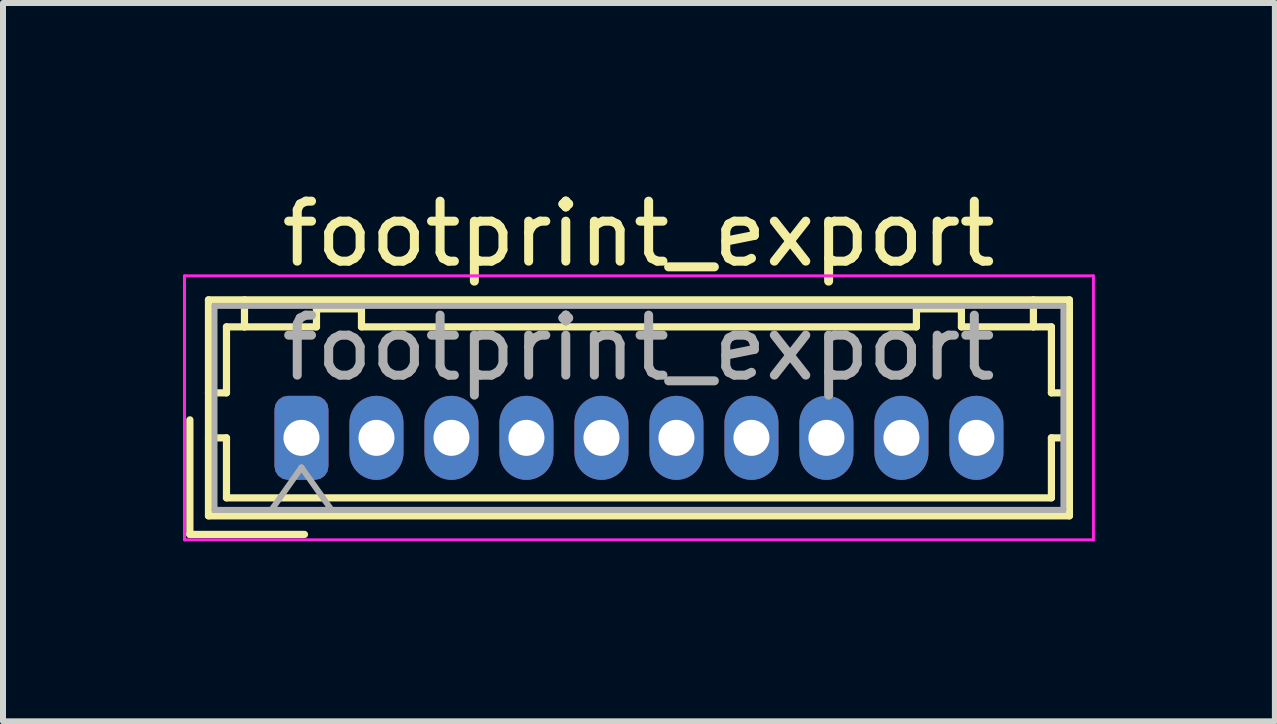
<source format=kicad_pcb>
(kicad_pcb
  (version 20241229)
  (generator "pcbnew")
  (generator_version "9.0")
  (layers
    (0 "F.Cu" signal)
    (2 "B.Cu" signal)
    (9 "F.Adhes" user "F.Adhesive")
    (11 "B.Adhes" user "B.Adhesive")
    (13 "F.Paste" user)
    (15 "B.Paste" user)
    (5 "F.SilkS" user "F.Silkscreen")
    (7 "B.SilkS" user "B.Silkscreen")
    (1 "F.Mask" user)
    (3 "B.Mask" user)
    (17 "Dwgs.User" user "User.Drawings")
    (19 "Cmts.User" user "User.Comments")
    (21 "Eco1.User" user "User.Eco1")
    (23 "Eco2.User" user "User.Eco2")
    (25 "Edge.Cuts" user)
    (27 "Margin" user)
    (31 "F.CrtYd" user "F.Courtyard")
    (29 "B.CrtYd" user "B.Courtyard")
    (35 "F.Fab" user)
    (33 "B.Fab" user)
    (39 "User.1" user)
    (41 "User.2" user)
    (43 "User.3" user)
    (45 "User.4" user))
  (footprint "footprint_export"
    (layer "F.Cu")
    (at 1.975 4.248)
    (property "Reference" "footprint_export" (at 5.62 -3.4 0) (layer "F.SilkS") (effects (font (size 1 1) (thickness 0.15))))
    (attr through_hole)
    (fp_line (start -1.86 -0.3) (end -1.86 1.61) (stroke (width 0.12) (type solid)) (layer "F.SilkS"))
    (fp_line (start -1.86 1.61) (end 0.05 1.61) (stroke (width 0.12) (type solid)) (layer "F.SilkS"))
    (fp_line (start -1.55 -2.3) (end -1.55 1.3) (stroke (width 0.12) (type solid)) (layer "F.SilkS"))
    (fp_line (start -1.55 -0.75) (end -1.25 -0.75) (stroke (width 0.12) (type solid)) (layer "F.SilkS"))
    (fp_line (start -1.55 0) (end -1.25 0) (stroke (width 0.12) (type solid)) (layer "F.SilkS"))
    (fp_line (start -1.55 1.3) (end 12.8 1.3) (stroke (width 0.12) (type solid)) (layer "F.SilkS"))
    (fp_line (start -1.25 -1.85) (end -0.95 -1.85) (stroke (width 0.12) (type solid)) (layer "F.SilkS"))
    (fp_line (start -1.25 -0.75) (end -1.25 -1.85) (stroke (width 0.12) (type solid)) (layer "F.SilkS"))
    (fp_line (start -1.25 0) (end -1.25 1) (stroke (width 0.12) (type solid)) (layer "F.SilkS"))
    (fp_line (start -1.25 1) (end 12.5 1) (stroke (width 0.12) (type solid)) (layer "F.SilkS"))
    (fp_line (start -0.95 -1.85) (end -0.95 -2.3) (stroke (width 0.12) (type solid)) (layer "F.SilkS"))
    (fp_line (start -0.95 -1.85) (end 0.25 -1.85) (stroke (width 0.12) (type solid)) (layer "F.SilkS"))
    (fp_line (start 0.25 -2.15) (end 1 -2.15) (stroke (width 0.12) (type solid)) (layer "F.SilkS"))
    (fp_line (start 0.25 -1.85) (end 0.25 -2.15) (stroke (width 0.12) (type solid)) (layer "F.SilkS"))
    (fp_line (start 1 -2.15) (end 1 -1.85) (stroke (width 0.12) (type solid)) (layer "F.SilkS"))
    (fp_line (start 1 -1.85) (end 10.25 -1.85) (stroke (width 0.12) (type solid)) (layer "F.SilkS"))
    (fp_line (start 10.25 -2.15) (end 11 -2.15) (stroke (width 0.12) (type solid)) (layer "F.SilkS"))
    (fp_line (start 10.25 -1.85) (end 10.25 -2.15) (stroke (width 0.12) (type solid)) (layer "F.SilkS"))
    (fp_line (start 11 -2.15) (end 11 -1.85) (stroke (width 0.12) (type solid)) (layer "F.SilkS"))
    (fp_line (start 11 -1.85) (end 12.2 -1.85) (stroke (width 0.12) (type solid)) (layer "F.SilkS"))
    (fp_line (start 12.2 -1.85) (end 12.2 -2.3) (stroke (width 0.12) (type solid)) (layer "F.SilkS"))
    (fp_line (start 12.5 -1.85) (end 12.2 -1.85) (stroke (width 0.12) (type solid)) (layer "F.SilkS"))
    (fp_line (start 12.5 -0.75) (end 12.5 -1.85) (stroke (width 0.12) (type solid)) (layer "F.SilkS"))
    (fp_line (start 12.5 0) (end 12.8 0) (stroke (width 0.12) (type solid)) (layer "F.SilkS"))
    (fp_line (start 12.5 1) (end 12.5 0) (stroke (width 0.12) (type solid)) (layer "F.SilkS"))
    (fp_line (start 12.8 -2.3) (end -1.55 -2.3) (stroke (width 0.12) (type solid)) (layer "F.SilkS"))
    (fp_line (start 12.8 -0.75) (end 12.5 -0.75) (stroke (width 0.12) (type solid)) (layer "F.SilkS"))
    (fp_line (start 12.8 1.3) (end 12.8 -2.3) (stroke (width 0.12) (type solid)) (layer "F.SilkS"))
    (fp_line (start -1.95 -2.7) (end -1.95 1.7) (stroke (width 0.05) (type solid)) (layer "F.CrtYd"))
    (fp_line (start -1.95 1.7) (end 13.2 1.7) (stroke (width 0.05) (type solid)) (layer "F.CrtYd"))
    (fp_line (start 13.2 -2.7) (end -1.95 -2.7) (stroke (width 0.05) (type solid)) (layer "F.CrtYd"))
    (fp_line (start 13.2 1.7) (end 13.2 -2.7) (stroke (width 0.05) (type solid)) (layer "F.CrtYd"))
    (fp_line (start -1.45 -2.2) (end -1.45 1.2) (stroke (width 0.1) (type solid)) (layer "F.Fab"))
    (fp_line (start -1.45 1.2) (end 12.7 1.2) (stroke (width 0.1) (type solid)) (layer "F.Fab"))
    (fp_line (start -0.5 1.2) (end 0 0.493) (stroke (width 0.1) (type solid)) (layer "F.Fab"))
    (fp_line (start 0 0.493) (end 0.5 1.2) (stroke (width 0.1) (type solid)) (layer "F.Fab"))
    (fp_line (start 12.7 -2.2) (end -1.45 -2.2) (stroke (width 0.1) (type solid)) (layer "F.Fab"))
    (fp_line (start 12.7 1.2) (end 12.7 -2.2) (stroke (width 0.1) (type solid)) (layer "F.Fab"))
    (fp_text user "${REFERENCE}" (at 5.62 -1.5 0) (layer "F.Fab") (effects (font (size 1 1) (thickness 0.15))))
    (pad "1" thru_hole roundrect (at 0 0) (size 0.9 1.4) (drill 0.6) (layers "*.Cu" "*.Mask") (roundrect_rratio 0.25))
    (pad "2" thru_hole oval (at 1.25 0) (size 0.9 1.4) (drill 0.6) (layers "*.Cu" "*.Mask"))
    (pad "3" thru_hole oval (at 2.5 0) (size 0.9 1.4) (drill 0.6) (layers "*.Cu" "*.Mask"))
    (pad "4" thru_hole oval (at 3.75 0) (size 0.9 1.4) (drill 0.6) (layers "*.Cu" "*.Mask"))
    (pad "5" thru_hole oval (at 5 0) (size 0.9 1.4) (drill 0.6) (layers "*.Cu" "*.Mask"))
    (pad "6" thru_hole oval (at 6.25 0) (size 0.9 1.4) (drill 0.6) (layers "*.Cu" "*.Mask"))
    (pad "7" thru_hole oval (at 7.5 0) (size 0.9 1.4) (drill 0.6) (layers "*.Cu" "*.Mask"))
    (pad "8" thru_hole oval (at 8.75 0) (size 0.9 1.4) (drill 0.6) (layers "*.Cu" "*.Mask"))
    (pad "9" thru_hole oval (at 10 0) (size 0.9 1.4) (drill 0.6) (layers "*.Cu" "*.Mask"))
    (pad "10" thru_hole oval (at 11.25 0) (size 0.9 1.4) (drill 0.6) (layers "*.Cu" "*.Mask")))
  (gr_rect
    (start -3 -3)
    (end 18.2 8.973)
    (stroke (width 0.1) (type default))
    (fill no)
    (layer "Edge.Cuts")))
</source>
